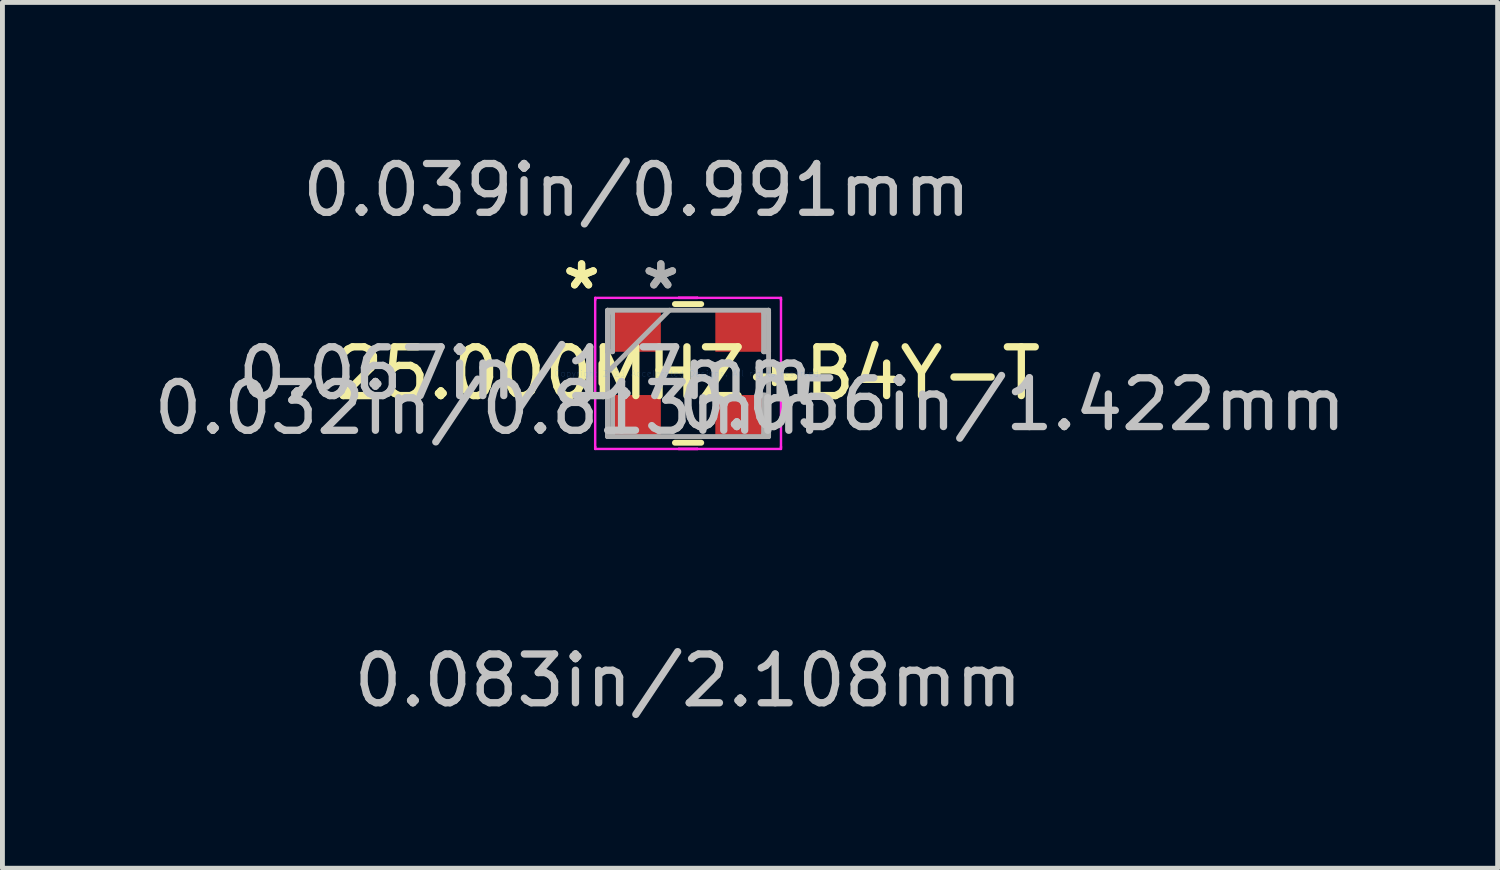
<source format=kicad_pcb>
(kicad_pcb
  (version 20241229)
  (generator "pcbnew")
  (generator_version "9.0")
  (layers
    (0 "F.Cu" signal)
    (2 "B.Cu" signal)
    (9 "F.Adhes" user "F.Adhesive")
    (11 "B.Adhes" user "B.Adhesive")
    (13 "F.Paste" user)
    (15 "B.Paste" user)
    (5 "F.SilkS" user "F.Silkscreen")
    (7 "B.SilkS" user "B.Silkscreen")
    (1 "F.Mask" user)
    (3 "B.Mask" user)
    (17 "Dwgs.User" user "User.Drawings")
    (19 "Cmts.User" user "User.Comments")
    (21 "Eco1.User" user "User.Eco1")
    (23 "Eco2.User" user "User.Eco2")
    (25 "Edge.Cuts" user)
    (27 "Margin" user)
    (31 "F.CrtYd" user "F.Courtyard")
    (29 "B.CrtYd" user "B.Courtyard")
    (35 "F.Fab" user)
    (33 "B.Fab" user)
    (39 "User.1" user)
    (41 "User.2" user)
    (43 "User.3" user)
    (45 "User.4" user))
  (footprint "25.000MHZ-B4Y-T"
    (layer "F.Cu")
    (at 11.06 4.607)
    (property "Reference" "25.000MHZ-B4Y-T" (at 0 0 0) (layer "F.SilkS") (effects (font (size 1 1) (thickness 0.15))))
    (attr through_hole)
    (fp_line (start -1.778 -0.202) (end -1.778 0.202) (stroke (width 0.12) (type solid)) (layer "F.SilkS"))
    (fp_line (start -0.27 1.422) (end 0.27 1.422) (stroke (width 0.12) (type solid)) (layer "F.SilkS"))
    (fp_line (start 0.27 -1.422) (end -0.27 -1.422) (stroke (width 0.12) (type solid)) (layer "F.SilkS"))
    (fp_line (start 1.778 0.202) (end 1.778 -0.202) (stroke (width 0.12) (type solid)) (layer "F.SilkS"))
    (fp_line (start -1.905 -1.549) (end 0.19 -1.549) (stroke (width 0.05) (type solid)) (layer "F.CrtYd"))
    (fp_line (start -1.905 -1.51) (end -1.905 -1.549) (stroke (width 0.05) (type solid)) (layer "F.CrtYd"))
    (fp_line (start -1.905 -1.51) (end -1.905 -1.51) (stroke (width 0.05) (type solid)) (layer "F.CrtYd"))
    (fp_line (start -1.905 1.51) (end -1.905 -1.51) (stroke (width 0.05) (type solid)) (layer "F.CrtYd"))
    (fp_line (start -1.905 1.51) (end -1.905 1.51) (stroke (width 0.05) (type solid)) (layer "F.CrtYd"))
    (fp_line (start -1.905 1.549) (end -1.905 1.51) (stroke (width 0.05) (type solid)) (layer "F.CrtYd"))
    (fp_line (start -0.19 -1.549) (end -0.19 -1.549) (stroke (width 0.05) (type solid)) (layer "F.CrtYd"))
    (fp_line (start -0.19 -1.549) (end 1.905 -1.549) (stroke (width 0.05) (type solid)) (layer "F.CrtYd"))
    (fp_line (start -0.19 1.549) (end -0.19 1.549) (stroke (width 0.05) (type solid)) (layer "F.CrtYd"))
    (fp_line (start -0.19 1.549) (end 0.19 1.549) (stroke (width 0.05) (type solid)) (layer "F.CrtYd"))
    (fp_line (start 0.19 -1.549) (end -0.19 -1.549) (stroke (width 0.05) (type solid)) (layer "F.CrtYd"))
    (fp_line (start 0.19 -1.549) (end 0.19 -1.549) (stroke (width 0.05) (type solid)) (layer "F.CrtYd"))
    (fp_line (start 0.19 1.549) (end -1.905 1.549) (stroke (width 0.05) (type solid)) (layer "F.CrtYd"))
    (fp_line (start 0.19 1.549) (end 0.19 1.549) (stroke (width 0.05) (type solid)) (layer "F.CrtYd"))
    (fp_line (start 1.905 -1.549) (end 1.905 -1.51) (stroke (width 0.05) (type solid)) (layer "F.CrtYd"))
    (fp_line (start 1.905 -1.51) (end 1.905 -1.51) (stroke (width 0.05) (type solid)) (layer "F.CrtYd"))
    (fp_line (start 1.905 -1.51) (end 1.905 1.51) (stroke (width 0.05) (type solid)) (layer "F.CrtYd"))
    (fp_line (start 1.905 1.51) (end 1.905 1.51) (stroke (width 0.05) (type solid)) (layer "F.CrtYd"))
    (fp_line (start 1.905 1.51) (end 1.905 1.549) (stroke (width 0.05) (type solid)) (layer "F.CrtYd"))
    (fp_line (start 1.905 1.549) (end -0.19 1.549) (stroke (width 0.05) (type solid)) (layer "F.CrtYd"))
    (fp_line (start -1.651 -1.295) (end -1.651 -1.295) (stroke (width 0.1) (type solid)) (layer "F.Fab"))
    (fp_line (start -1.651 -1.295) (end -1.651 1.295) (stroke (width 0.1) (type solid)) (layer "F.Fab"))
    (fp_line (start -1.651 -1.256) (end -1.549 -1.256) (stroke (width 0.1) (type solid)) (layer "F.Fab"))
    (fp_line (start -1.651 -0.444) (end -1.651 -1.256) (stroke (width 0.1) (type solid)) (layer "F.Fab"))
    (fp_line (start -1.651 -0.025) (end -0.381 -1.295) (stroke (width 0.1) (type solid)) (layer "F.Fab"))
    (fp_line (start -1.651 0.444) (end -1.549 0.444) (stroke (width 0.1) (type solid)) (layer "F.Fab"))
    (fp_line (start -1.651 1.256) (end -1.651 0.444) (stroke (width 0.1) (type solid)) (layer "F.Fab"))
    (fp_line (start -1.651 1.295) (end -1.651 1.295) (stroke (width 0.1) (type solid)) (layer "F.Fab"))
    (fp_line (start -1.651 1.295) (end 1.651 1.295) (stroke (width 0.1) (type solid)) (layer "F.Fab"))
    (fp_line (start -1.549 -1.256) (end -1.549 -0.444) (stroke (width 0.1) (type solid)) (layer "F.Fab"))
    (fp_line (start -1.549 -0.444) (end -1.651 -0.444) (stroke (width 0.1) (type solid)) (layer "F.Fab"))
    (fp_line (start -1.549 0.444) (end -1.549 1.256) (stroke (width 0.1) (type solid)) (layer "F.Fab"))
    (fp_line (start -1.549 1.256) (end -1.651 1.256) (stroke (width 0.1) (type solid)) (layer "F.Fab"))
    (fp_line (start 1.549 -1.256) (end 1.651 -1.256) (stroke (width 0.1) (type solid)) (layer "F.Fab"))
    (fp_line (start 1.549 -0.444) (end 1.549 -1.256) (stroke (width 0.1) (type solid)) (layer "F.Fab"))
    (fp_line (start 1.549 0.444) (end 1.651 0.444) (stroke (width 0.1) (type solid)) (layer "F.Fab"))
    (fp_line (start 1.549 1.256) (end 1.549 0.444) (stroke (width 0.1) (type solid)) (layer "F.Fab"))
    (fp_line (start 1.651 -1.295) (end -1.651 -1.295) (stroke (width 0.1) (type solid)) (layer "F.Fab"))
    (fp_line (start 1.651 -1.295) (end 1.651 -1.295) (stroke (width 0.1) (type solid)) (layer "F.Fab"))
    (fp_line (start 1.651 -1.256) (end 1.651 -0.444) (stroke (width 0.1) (type solid)) (layer "F.Fab"))
    (fp_line (start 1.651 -0.444) (end 1.549 -0.444) (stroke (width 0.1) (type solid)) (layer "F.Fab"))
    (fp_line (start 1.651 0.444) (end 1.651 1.256) (stroke (width 0.1) (type solid)) (layer "F.Fab"))
    (fp_line (start 1.651 1.256) (end 1.549 1.256) (stroke (width 0.1) (type solid)) (layer "F.Fab"))
    (fp_line (start 1.651 1.295) (end 1.651 -1.295) (stroke (width 0.1) (type solid)) (layer "F.Fab"))
    (fp_line (start 1.651 1.295) (end 1.651 1.295) (stroke (width 0.1) (type solid)) (layer "F.Fab"))
    (fp_text user "*" (at -2.184 -1.7 0) (layer "F.SilkS") (effects (font (size 1 1) (thickness 0.15))))
    (fp_text user "*" (at -2.184 -1.7 0) (layer "F.SilkS") (effects (font (size 1 1) (thickness 0.15))))
    (fp_text user "0.056in/1.422mm" (at 6.642 0.635 0) (layer "Dwgs.User") (effects (font (size 1 1) (thickness 0.15))))
    (fp_text user "0.067in/1.7mm" (at -3.327 0 0) (layer "Dwgs.User") (effects (font (size 1 1) (thickness 0.15))))
    (fp_text user "0.039in/0.991mm" (at -1.054 -3.759 0) (layer "Dwgs.User") (effects (font (size 1 1) (thickness 0.15))))
    (fp_text user "0.083in/2.108mm" (at 0 6.299 0) (layer "Dwgs.User") (effects (font (size 1 1) (thickness 0.15))))
    (fp_text user "0.032in/0.813mm" (at -4.102 0.711 0) (layer "Dwgs.User") (effects (font (size 1 1) (thickness 0.15))))
    (fp_text user "Copyright 2021 Accelerated Designs. All rights reserved." (at 0 0 0) (layer "Cmts.User") (effects (font (size 0.127 0.127) (thickness 0.002))))
    (fp_text user "*" (at -0.559 -1.7 0) (layer "F.Fab") (effects (font (size 1 1) (thickness 0.15))))
    (fp_text user "*" (at -0.559 -1.7 0) (layer "F.Fab") (effects (font (size 1 1) (thickness 0.15))))
    (pad "1" smd rect (at -1.054 -0.85 90) (size 0.813 0.991) (layers "F.Cu" "F.Mask" "F.Paste"))
    (pad "2" smd rect (at -1.054 0.85 90) (size 0.813 0.991) (layers "F.Cu" "F.Mask" "F.Paste"))
    (pad "3" smd rect (at 1.054 0.85 90) (size 0.813 0.991) (layers "F.Cu" "F.Mask" "F.Paste"))
    (pad "4" smd rect (at 1.054 -0.85 90) (size 0.813 0.991) (layers "F.Cu" "F.Mask" "F.Paste")))
  (gr_rect
    (start -3 -3)
    (end 27.661 14.755)
    (stroke (width 0.1) (type default))
    (fill no)
    (layer "Edge.Cuts")))
</source>
